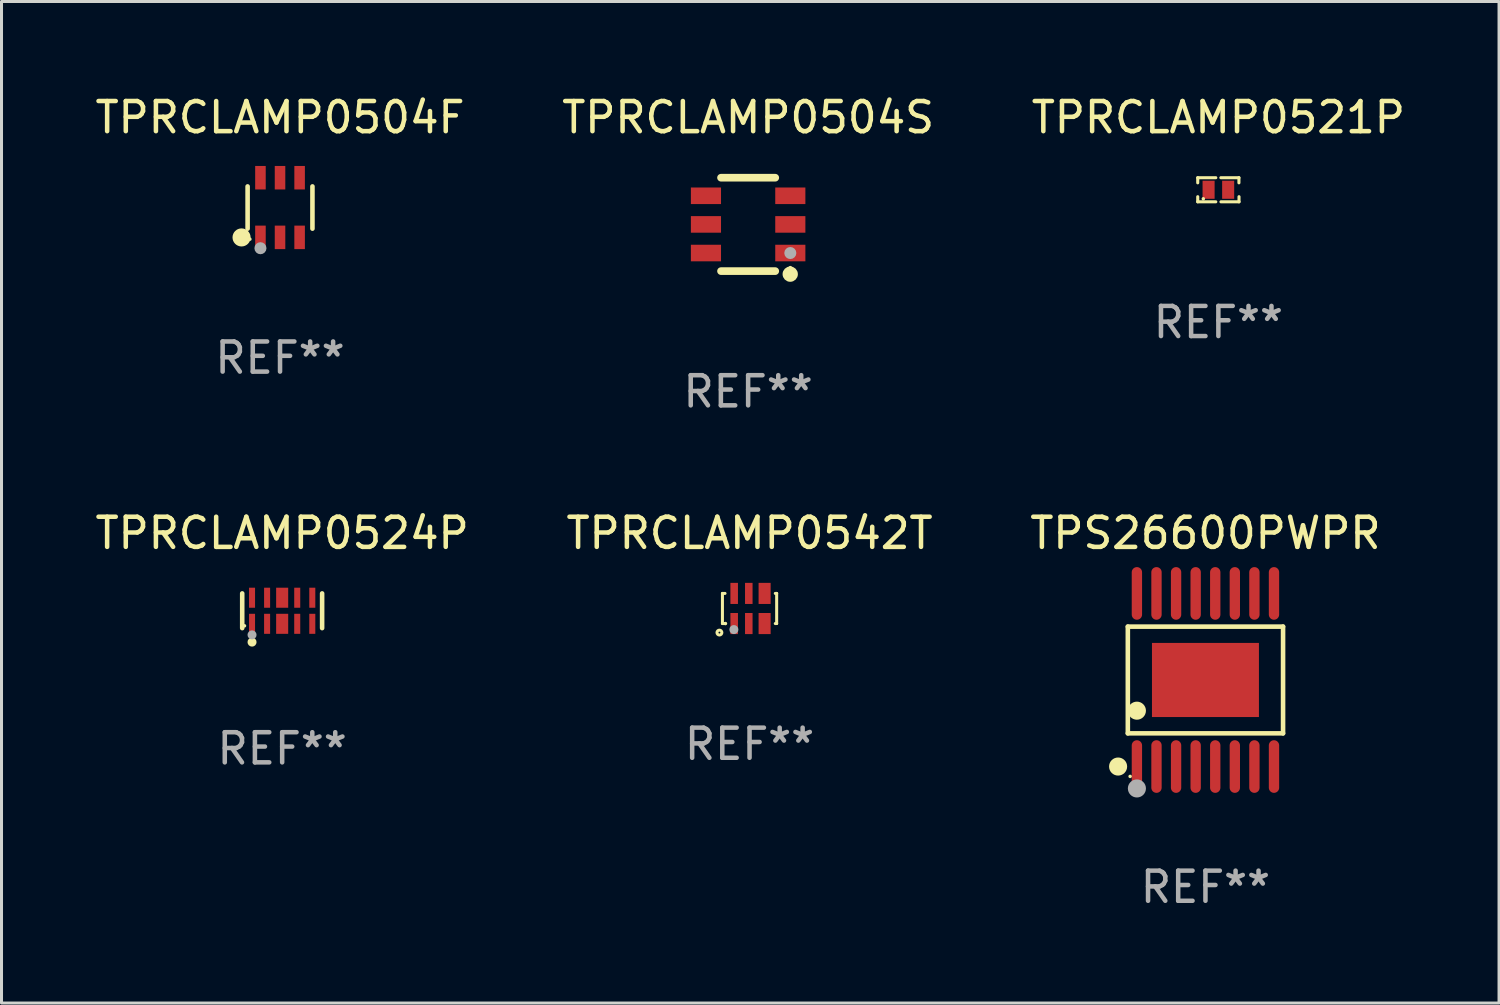
<source format=kicad_pcb>
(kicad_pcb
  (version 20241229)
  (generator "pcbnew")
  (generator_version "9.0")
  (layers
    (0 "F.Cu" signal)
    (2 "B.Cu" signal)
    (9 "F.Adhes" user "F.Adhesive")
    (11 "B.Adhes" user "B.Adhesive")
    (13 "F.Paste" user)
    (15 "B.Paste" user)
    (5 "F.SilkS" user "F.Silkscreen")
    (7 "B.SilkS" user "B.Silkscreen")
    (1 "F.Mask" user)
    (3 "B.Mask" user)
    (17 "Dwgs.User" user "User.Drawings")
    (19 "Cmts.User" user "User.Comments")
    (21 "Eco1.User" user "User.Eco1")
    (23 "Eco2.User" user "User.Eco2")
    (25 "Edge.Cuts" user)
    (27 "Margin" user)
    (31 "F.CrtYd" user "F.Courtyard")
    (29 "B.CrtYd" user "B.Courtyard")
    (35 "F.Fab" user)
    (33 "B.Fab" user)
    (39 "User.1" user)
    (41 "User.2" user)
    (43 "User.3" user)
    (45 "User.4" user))
  (footprint "TPRCLAMP0521P"
    (layer "F.Cu")
    (at 37.387 3.248)
    (property "Reference" "TPRCLAMP0521P" (at 0 -2.4 0) (layer "F.SilkS") (effects (font (size 1 1) (thickness 0.15))))
    (attr through_hole)
    (fp_line (start -0.685 -0.4) (end -0.685 -0.23) (stroke (width 0.102) (type solid)) (layer "F.SilkS"))
    (fp_line (start -0.685 0.4) (end -0.685 0.23) (stroke (width 0.102) (type solid)) (layer "F.SilkS"))
    (fp_line (start -0.085 -0.4) (end -0.685 -0.4) (stroke (width 0.102) (type solid)) (layer "F.SilkS"))
    (fp_line (start -0.085 0.4) (end -0.685 0.4) (stroke (width 0.102) (type solid)) (layer "F.SilkS"))
    (fp_line (start 0.082 -0.4) (end 0.682 -0.4) (stroke (width 0.102) (type solid)) (layer "F.SilkS"))
    (fp_line (start 0.085 0.4) (end 0.685 0.4) (stroke (width 0.102) (type solid)) (layer "F.SilkS"))
    (fp_line (start 0.682 -0.4) (end 0.682 -0.23) (stroke (width 0.102) (type solid)) (layer "F.SilkS"))
    (fp_line (start 0.685 0.4) (end 0.685 0.23) (stroke (width 0.102) (type solid)) (layer "F.SilkS"))
    (fp_circle (center -0.5 0.3) (end -0.47 0.3) (stroke (width 0.06) (type solid)) (fill no) (layer "F.SilkS"))
    (fp_text user "REF**" (at 0 4.4 0) (layer "F.Fab") (effects (font (size 1 1) (thickness 0.15))))
    (pad "1" smd rect (at -0.325 0) (size 0.4 0.6) (layers "F.Cu" "F.Mask" "F.Paste"))
    (pad "2" smd rect (at 0.325 0) (size 0.4 0.6) (layers "F.Cu" "F.Mask" "F.Paste")))
  (footprint "TPRCLAMP0524P"
    (layer "F.Cu")
    (at 6.315 17.221)
    (property "Reference" "TPRCLAMP0524P" (at 0 -2.576 0) (layer "F.SilkS") (effects (font (size 1 1) (thickness 0.15))))
    (attr through_hole)
    (fp_line (start -1.326 0.576) (end -1.326 -0.576) (stroke (width 0.152) (type solid)) (layer "F.SilkS"))
    (fp_line (start 1.326 0.576) (end 1.326 -0.576) (stroke (width 0.152) (type solid)) (layer "F.SilkS"))
    (fp_circle (center -1.25 0.5) (end -1.22 0.5) (stroke (width 0.06) (type solid)) (fill no) (layer "F.SilkS"))
    (fp_circle (center -1 1.04) (end -0.925 1.04) (stroke (width 0.15) (type solid)) (fill no) (layer "F.SilkS"))
    (fp_circle (center -1 0.8) (end -0.925 0.8) (stroke (width 0.15) (type solid)) (fill no) (layer "F.Fab"))
    (fp_text user "REF**" (at 0 4.576 0) (layer "F.Fab") (effects (font (size 1 1) (thickness 0.15))))
    (pad "1" smd rect (at -1 0.433) (size 0.2 0.665) (layers "F.Cu" "F.Mask" "F.Paste"))
    (pad "2" smd rect (at -0.5 0.433) (size 0.2 0.665) (layers "F.Cu" "F.Mask" "F.Paste"))
    (pad "3" smd rect (at 0 0.433) (size 0.4 0.665) (layers "F.Cu" "F.Mask" "F.Paste"))
    (pad "4" smd rect (at 0.5 0.433) (size 0.2 0.665) (layers "F.Cu" "F.Mask" "F.Paste"))
    (pad "5" smd rect (at 1 0.433) (size 0.2 0.665) (layers "F.Cu" "F.Mask" "F.Paste"))
    (pad "6" smd rect (at 1 -0.433) (size 0.2 0.665) (layers "F.Cu" "F.Mask" "F.Paste"))
    (pad "7" smd rect (at 0.5 -0.433) (size 0.2 0.665) (layers "F.Cu" "F.Mask" "F.Paste"))
    (pad "8" smd rect (at 0 -0.433) (size 0.4 0.665) (layers "F.Cu" "F.Mask" "F.Paste"))
    (pad "9" smd rect (at -0.5 -0.433) (size 0.2 0.665) (layers "F.Cu" "F.Mask" "F.Paste"))
    (pad "10" smd rect (at -1 -0.433) (size 0.2 0.665) (layers "F.Cu" "F.Mask" "F.Paste")))
  (footprint "TPS26600PWPR"
    (layer "F.Cu")
    (at 36.958 19.518)
    (property "Reference" "TPS26600PWPR" (at 0 -4.873 0) (layer "F.SilkS") (effects (font (size 1 1) (thickness 0.15))))
    (attr through_hole)
    (fp_line (start -2.576 -1.771) (end 2.576 -1.771) (stroke (width 0.152) (type solid)) (layer "F.SilkS"))
    (fp_line (start -2.576 1.771) (end -2.576 -1.771) (stroke (width 0.152) (type solid)) (layer "F.SilkS"))
    (fp_line (start 2.576 -1.771) (end 2.576 1.771) (stroke (width 0.152) (type solid)) (layer "F.SilkS"))
    (fp_line (start 2.576 1.771) (end -2.576 1.771) (stroke (width 0.152) (type solid)) (layer "F.SilkS"))
    (fp_circle (center -2.899 2.873) (end -2.749 2.873) (stroke (width 0.3) (type solid)) (fill no) (layer "F.SilkS"))
    (fp_circle (center -2.5 3.2) (end -2.47 3.2) (stroke (width 0.06) (type solid)) (fill no) (layer "F.SilkS"))
    (fp_circle (center -2.275 1.019) (end -2.125 1.019) (stroke (width 0.3) (type solid)) (fill no) (layer "F.SilkS"))
    (fp_circle (center -2.275 3.6) (end -2.125 3.6) (stroke (width 0.3) (type solid)) (fill no) (layer "F.Fab"))
    (fp_text user "REF**" (at 0 6.873 0) (layer "F.Fab") (effects (font (size 1 1) (thickness 0.15))))
    (pad "1" smd oval (at -2.275 2.873) (size 0.343 1.747) (layers "F.Cu" "F.Mask" "F.Paste"))
    (pad "2" smd oval (at -1.625 2.873) (size 0.343 1.747) (layers "F.Cu" "F.Mask" "F.Paste"))
    (pad "3" smd oval (at -0.975 2.873) (size 0.343 1.747) (layers "F.Cu" "F.Mask" "F.Paste"))
    (pad "4" smd oval (at -0.325 2.873) (size 0.343 1.747) (layers "F.Cu" "F.Mask" "F.Paste"))
    (pad "5" smd oval (at 0.325 2.873) (size 0.343 1.747) (layers "F.Cu" "F.Mask" "F.Paste"))
    (pad "6" smd oval (at 0.975 2.873) (size 0.343 1.747) (layers "F.Cu" "F.Mask" "F.Paste"))
    (pad "7" smd oval (at 1.625 2.873) (size 0.343 1.747) (layers "F.Cu" "F.Mask" "F.Paste"))
    (pad "8" smd oval (at 2.275 2.873) (size 0.343 1.747) (layers "F.Cu" "F.Mask" "F.Paste"))
    (pad "9" smd oval (at 2.275 -2.873) (size 0.343 1.747) (layers "F.Cu" "F.Mask" "F.Paste"))
    (pad "10" smd oval (at 1.625 -2.873) (size 0.343 1.747) (layers "F.Cu" "F.Mask" "F.Paste"))
    (pad "11" smd oval (at 0.975 -2.873) (size 0.343 1.747) (layers "F.Cu" "F.Mask" "F.Paste"))
    (pad "12" smd oval (at 0.325 -2.873) (size 0.343 1.747) (layers "F.Cu" "F.Mask" "F.Paste"))
    (pad "13" smd oval (at -0.325 -2.873) (size 0.343 1.747) (layers "F.Cu" "F.Mask" "F.Paste"))
    (pad "14" smd oval (at -0.975 -2.873) (size 0.343 1.747) (layers "F.Cu" "F.Mask" "F.Paste"))
    (pad "15" smd oval (at -1.625 -2.873) (size 0.343 1.747) (layers "F.Cu" "F.Mask" "F.Paste"))
    (pad "16" smd oval (at -2.275 -2.873) (size 0.343 1.747) (layers "F.Cu" "F.Mask" "F.Paste"))
    (pad "17" smd rect (at 0 0) (size 3.55 2.46) (layers "F.Cu" "F.Mask" "F.Paste")))
  (footprint "TPRCLAMP0504F"
    (layer "F.Cu")
    (at 6.244 3.838)
    (property "Reference" "TPRCLAMP0504F" (at 0 -2.99 0) (layer "F.SilkS") (effects (font (size 1 1) (thickness 0.15))))
    (attr through_hole)
    (fp_line (start -1.076 0.701) (end -1.076 -0.701) (stroke (width 0.152) (type solid)) (layer "F.SilkS"))
    (fp_line (start 1.076 0.701) (end 1.076 -0.701) (stroke (width 0.152) (type solid)) (layer "F.SilkS"))
    (fp_circle (center -1.277 0.992) (end -1.127 0.992) (stroke (width 0.3) (type solid)) (fill no) (layer "F.SilkS"))
    (fp_circle (center -1 1.05) (end -0.97 1.05) (stroke (width 0.06) (type solid)) (fill no) (layer "F.SilkS"))
    (fp_circle (center -0.65 1.35) (end -0.55 1.35) (stroke (width 0.2) (type solid)) (fill no) (layer "F.Fab"))
    (fp_text user "REF**" (at 0 4.99 0) (layer "F.Fab") (effects (font (size 1 1) (thickness 0.15))))
    (pad "1" smd rect (at -0.65 0.99) (size 0.35 0.78) (layers "F.Cu" "F.Mask" "F.Paste"))
    (pad "2" smd rect (at 0 0.99) (size 0.35 0.78) (layers "F.Cu" "F.Mask" "F.Paste"))
    (pad "3" smd rect (at 0.65 0.99) (size 0.35 0.78) (layers "F.Cu" "F.Mask" "F.Paste"))
    (pad "4" smd rect (at 0.65 -0.99) (size 0.35 0.78) (layers "F.Cu" "F.Mask" "F.Paste"))
    (pad "5" smd rect (at 0 -0.99) (size 0.35 0.78) (layers "F.Cu" "F.Mask" "F.Paste"))
    (pad "6" smd rect (at -0.65 -0.99) (size 0.35 0.78) (layers "F.Cu" "F.Mask" "F.Paste")))
  (footprint "TPRCLAMP0542T"
    (layer "F.Cu")
    (at 21.827 17.145)
    (property "Reference" "TPRCLAMP0542T" (at 0 -2.5 0) (layer "F.SilkS") (effects (font (size 1 1) (thickness 0.15))))
    (attr through_hole)
    (fp_line (start -0.9 -0.5) (end -0.9 0.5) (stroke (width 0.1) (type solid)) (layer "F.SilkS"))
    (fp_line (start -0.9 -0.5) (end -0.814 -0.5) (stroke (width 0.1) (type solid)) (layer "F.SilkS"))
    (fp_line (start -0.9 0.5) (end -0.814 0.5) (stroke (width 0.1) (type solid)) (layer "F.SilkS"))
    (fp_line (start 0.854 0.5) (end 0.9 0.5) (stroke (width 0.1) (type solid)) (layer "F.SilkS"))
    (fp_line (start 0.854 -0.5) (end 0.9 -0.5) (stroke (width 0.1) (type solid)) (layer "F.SilkS"))
    (fp_line (start 0.9 0.5) (end 0.9 -0.5) (stroke (width 0.1) (type solid)) (layer "F.SilkS"))
    (fp_circle (center -1 0.8) (end -0.919 0.8) (stroke (width 0.1) (type solid)) (fill no) (layer "F.SilkS"))
    (fp_circle (center -0.8 0.5) (end -0.77 0.5) (stroke (width 0.06) (type solid)) (fill no) (layer "F.SilkS"))
    (fp_circle (center -0.52 0.7) (end -0.445 0.7) (stroke (width 0.15) (type solid)) (fill no) (layer "F.Fab"))
    (fp_text user "REF**" (at 0 4.5 0) (layer "F.Fab") (effects (font (size 1 1) (thickness 0.15))))
    (pad "1" smd rect (at -0.51 0.5) (size 0.25 0.7) (layers "F.Cu" "F.Mask" "F.Paste"))
    (pad "2" smd rect (at -0.025 0.5) (size 0.25 0.7) (layers "F.Cu" "F.Mask" "F.Paste"))
    (pad "3" smd rect (at 0.5 0.5) (size 0.4 0.7) (layers "F.Cu" "F.Mask" "F.Paste"))
    (pad "4" smd rect (at 0.5 -0.5) (size 0.4 0.7) (layers "F.Cu" "F.Mask" "F.Paste"))
    (pad "5" smd rect (at -0.025 -0.5) (size 0.25 0.7) (layers "F.Cu" "F.Mask" "F.Paste"))
    (pad "6" smd rect (at -0.51 -0.5) (size 0.25 0.7) (layers "F.Cu" "F.Mask" "F.Paste")))
  (footprint "TPRCLAMP0504S"
    (layer "F.Cu")
    (at 21.78 4.398)
    (property "Reference" "TPRCLAMP0504S" (at 0 -3.55 0) (layer "F.SilkS") (effects (font (size 1 1) (thickness 0.15))))
    (attr through_hole)
    (fp_line (start -0.9 -1.55) (end 0.9 -1.55) (stroke (width 0.254) (type solid)) (layer "F.SilkS"))
    (fp_line (start -0.9 1.55) (end 0.9 1.55) (stroke (width 0.254) (type solid)) (layer "F.SilkS"))
    (fp_circle (center 1.397 1.651) (end 1.524 1.651) (stroke (width 0.254) (type solid)) (fill no) (layer "F.SilkS"))
    (fp_circle (center 1.4 1.435) (end 1.43 1.435) (stroke (width 0.06) (type solid)) (fill no) (layer "F.SilkS"))
    (fp_circle (center 1.4 0.95) (end 1.5 0.95) (stroke (width 0.2) (type solid)) (fill no) (layer "F.Fab"))
    (fp_text user "REF**" (at 0 5.55 0) (layer "F.Fab") (effects (font (size 1 1) (thickness 0.15))))
    (pad "1" smd rect (at 1.4 0.95) (size 1 0.55) (layers "F.Cu" "F.Mask" "F.Paste"))
    (pad "2" smd rect (at 1.4 -0.000102) (size 1 0.55) (layers "F.Cu" "F.Mask" "F.Paste"))
    (pad "3" smd rect (at 1.4 -0.95) (size 1 0.55) (layers "F.Cu" "F.Mask" "F.Paste"))
    (pad "4" smd rect (at -1.4 -0.95) (size 1 0.55) (layers "F.Cu" "F.Mask" "F.Paste"))
    (pad "5" smd rect (at -1.4 -0.000102) (size 1 0.55) (layers "F.Cu" "F.Mask" "F.Paste"))
    (pad "6" smd rect (at -1.4 0.95) (size 1 0.55) (layers "F.Cu" "F.Mask" "F.Paste")))
  (gr_rect
    (start -3 -3)
    (end 46.702 30.24)
    (stroke (width 0.1) (type default))
    (fill no)
    (layer "Edge.Cuts")))
</source>
